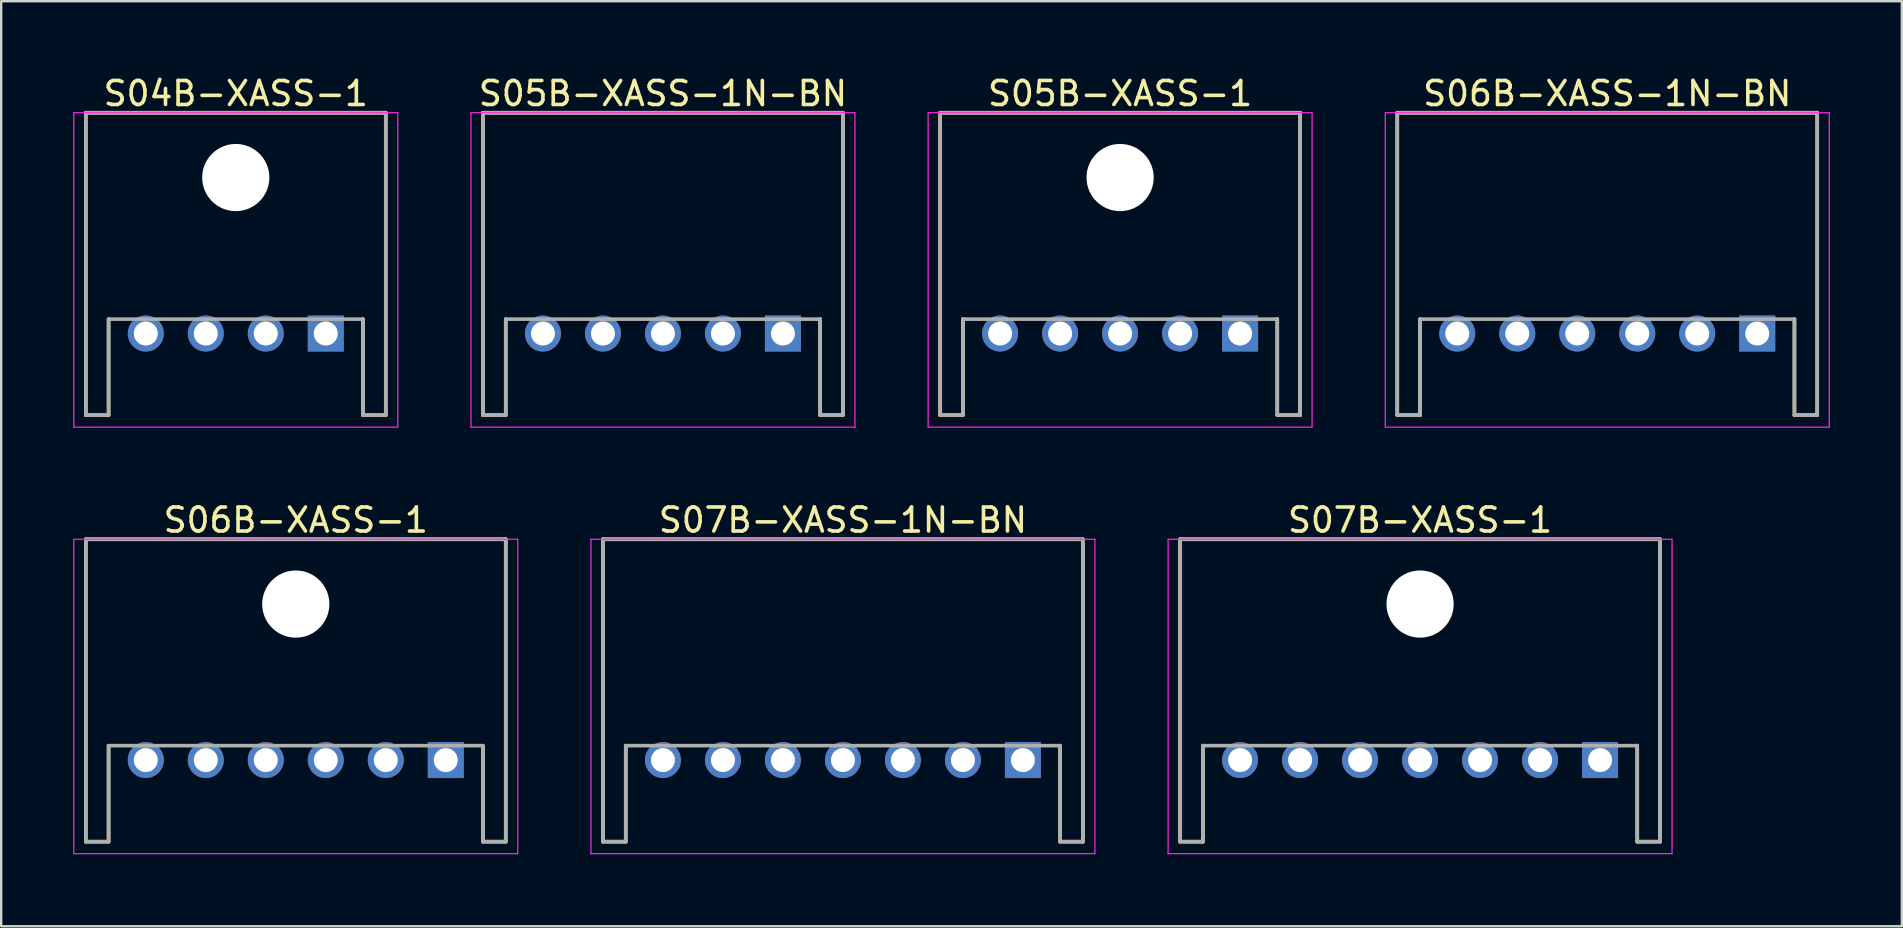
<source format=kicad_pcb>
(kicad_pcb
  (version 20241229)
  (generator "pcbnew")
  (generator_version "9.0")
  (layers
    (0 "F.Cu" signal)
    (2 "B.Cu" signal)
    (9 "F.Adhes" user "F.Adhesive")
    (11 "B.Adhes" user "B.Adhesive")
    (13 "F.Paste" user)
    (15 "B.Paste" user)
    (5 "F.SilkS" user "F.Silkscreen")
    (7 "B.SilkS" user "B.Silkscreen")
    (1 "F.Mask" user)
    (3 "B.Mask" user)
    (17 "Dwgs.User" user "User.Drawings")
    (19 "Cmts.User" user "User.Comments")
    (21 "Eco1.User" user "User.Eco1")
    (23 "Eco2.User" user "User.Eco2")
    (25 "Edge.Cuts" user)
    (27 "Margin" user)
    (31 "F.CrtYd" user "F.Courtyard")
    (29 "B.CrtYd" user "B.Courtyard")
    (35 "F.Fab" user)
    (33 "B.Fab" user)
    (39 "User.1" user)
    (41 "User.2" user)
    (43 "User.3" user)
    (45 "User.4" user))
  (footprint "S07B-XASS-1"
    (layer "F.Cu")
    (at 56.125 28.622)
    (property "Reference" "S07B-XASS-1" (at 0 -10 0) (layer "F.SilkS") (effects (font (size 1 1) (thickness 0.15))))
    (attr smd)
    (fp_line (start -10 -9.2) (end -10 3.4) (stroke (width 0.15) (type solid)) (layer "F.SilkS"))
    (fp_line (start -10 -9.2) (end 10 -9.2) (stroke (width 0.15) (type solid)) (layer "F.SilkS"))
    (fp_line (start -10 3.4) (end -9.05 3.4) (stroke (width 0.15) (type solid)) (layer "F.SilkS"))
    (fp_line (start -9.05 -0.6) (end -9.05 3.4) (stroke (width 0.15) (type solid)) (layer "F.SilkS"))
    (fp_line (start 9.05 -0.6) (end 9.05 3.4) (stroke (width 0.15) (type solid)) (layer "F.SilkS"))
    (fp_line (start 9.05 3.4) (end 10 3.4) (stroke (width 0.15) (type solid)) (layer "F.SilkS"))
    (fp_line (start 10 -9.2) (end 10 3.4) (stroke (width 0.15) (type solid)) (layer "F.SilkS"))
    (fp_line (start -10.5 -9.2) (end -10.5 3.9) (stroke (width 0.05) (type solid)) (layer "F.CrtYd"))
    (fp_line (start -10.5 -9.2) (end 10.5 -9.2) (stroke (width 0.05) (type solid)) (layer "F.CrtYd"))
    (fp_line (start -10.5 3.9) (end 10.5 3.9) (stroke (width 0.05) (type solid)) (layer "F.CrtYd"))
    (fp_line (start 10.5 -9.2) (end 10.5 3.9) (stroke (width 0.05) (type solid)) (layer "F.CrtYd"))
    (fp_line (start -10 -9.2) (end -10 3.4) (stroke (width 0.15) (type solid)) (layer "F.Fab"))
    (fp_line (start -10 -9.2) (end 10 -9.2) (stroke (width 0.15) (type solid)) (layer "F.Fab"))
    (fp_line (start -10 3.4) (end -9.05 3.4) (stroke (width 0.15) (type solid)) (layer "F.Fab"))
    (fp_line (start -9.05 -0.6) (end -9.05 3.4) (stroke (width 0.15) (type solid)) (layer "F.Fab"))
    (fp_line (start -9.05 -0.6) (end 9.05 -0.6) (stroke (width 0.15) (type solid)) (layer "F.Fab"))
    (fp_line (start 9.05 -0.6) (end 9.05 3.4) (stroke (width 0.15) (type solid)) (layer "F.Fab"))
    (fp_line (start 9.05 3.4) (end 10 3.4) (stroke (width 0.15) (type solid)) (layer "F.Fab"))
    (fp_line (start 10 -9.2) (end 10 3.4) (stroke (width 0.15) (type solid)) (layer "F.Fab"))
    (pad "" np_thru_hole circle (at 0 -6.5) (size 2.8 2.8) (drill 2.8) (layers "*.Cu" "*.Mask"))
    (pad "1" thru_hole rect (at 7.5 0 180) (size 1.5 1.5) (drill 1) (layers "*.Cu" "*.Mask"))
    (pad "2" thru_hole circle (at 5 0 180) (size 1.5 1.5) (drill 1) (layers "*.Cu" "*.Mask"))
    (pad "3" thru_hole circle (at 2.5 0 180) (size 1.5 1.5) (drill 1) (layers "*.Cu" "*.Mask"))
    (pad "4" thru_hole circle (at 0 0 180) (size 1.5 1.5) (drill 1) (layers "*.Cu" "*.Mask"))
    (pad "5" thru_hole circle (at -2.5 0 180) (size 1.5 1.5) (drill 1) (layers "*.Cu" "*.Mask"))
    (pad "6" thru_hole circle (at -5 0 180) (size 1.5 1.5) (drill 1) (layers "*.Cu" "*.Mask"))
    (pad "7" thru_hole circle (at -7.5 0 180) (size 1.5 1.5) (drill 1) (layers "*.Cu" "*.Mask")))
  (footprint "S07B-XASS-1N-BN"
    (layer "F.Cu")
    (at 32.075 28.622)
    (property "Reference" "S07B-XASS-1N-BN" (at 0 -10 0) (layer "F.SilkS") (effects (font (size 1 1) (thickness 0.15))))
    (attr smd)
    (fp_line (start -10 -9.2) (end -10 3.4) (stroke (width 0.15) (type solid)) (layer "F.SilkS"))
    (fp_line (start -10 -9.2) (end 10 -9.2) (stroke (width 0.15) (type solid)) (layer "F.SilkS"))
    (fp_line (start -10 3.4) (end -9.05 3.4) (stroke (width 0.15) (type solid)) (layer "F.SilkS"))
    (fp_line (start -9.05 -0.6) (end -9.05 3.4) (stroke (width 0.15) (type solid)) (layer "F.SilkS"))
    (fp_line (start 9.05 -0.6) (end 9.05 3.4) (stroke (width 0.15) (type solid)) (layer "F.SilkS"))
    (fp_line (start 9.05 3.4) (end 10 3.4) (stroke (width 0.15) (type solid)) (layer "F.SilkS"))
    (fp_line (start 10 -9.2) (end 10 3.4) (stroke (width 0.15) (type solid)) (layer "F.SilkS"))
    (fp_line (start -10.5 -9.2) (end -10.5 3.9) (stroke (width 0.05) (type solid)) (layer "F.CrtYd"))
    (fp_line (start -10.5 -9.2) (end 10.5 -9.2) (stroke (width 0.05) (type solid)) (layer "F.CrtYd"))
    (fp_line (start -10.5 3.9) (end 10.5 3.9) (stroke (width 0.05) (type solid)) (layer "F.CrtYd"))
    (fp_line (start 10.5 -9.2) (end 10.5 3.9) (stroke (width 0.05) (type solid)) (layer "F.CrtYd"))
    (fp_line (start -10 -9.2) (end -10 3.4) (stroke (width 0.15) (type solid)) (layer "F.Fab"))
    (fp_line (start -10 -9.2) (end 10 -9.2) (stroke (width 0.15) (type solid)) (layer "F.Fab"))
    (fp_line (start -10 3.4) (end -9.05 3.4) (stroke (width 0.15) (type solid)) (layer "F.Fab"))
    (fp_line (start -9.05 -0.6) (end -9.05 3.4) (stroke (width 0.15) (type solid)) (layer "F.Fab"))
    (fp_line (start -9.05 -0.6) (end 9.05 -0.6) (stroke (width 0.15) (type solid)) (layer "F.Fab"))
    (fp_line (start 9.05 -0.6) (end 9.05 3.4) (stroke (width 0.15) (type solid)) (layer "F.Fab"))
    (fp_line (start 9.05 3.4) (end 10 3.4) (stroke (width 0.15) (type solid)) (layer "F.Fab"))
    (fp_line (start 10 -9.2) (end 10 3.4) (stroke (width 0.15) (type solid)) (layer "F.Fab"))
    (pad "1" thru_hole rect (at 7.5 0 180) (size 1.5 1.5) (drill 1) (layers "*.Cu" "*.Mask"))
    (pad "2" thru_hole circle (at 5 0 180) (size 1.5 1.5) (drill 1) (layers "*.Cu" "*.Mask"))
    (pad "3" thru_hole circle (at 2.5 0 180) (size 1.5 1.5) (drill 1) (layers "*.Cu" "*.Mask"))
    (pad "4" thru_hole circle (at 0 0 180) (size 1.5 1.5) (drill 1) (layers "*.Cu" "*.Mask"))
    (pad "5" thru_hole circle (at -2.5 0 180) (size 1.5 1.5) (drill 1) (layers "*.Cu" "*.Mask"))
    (pad "6" thru_hole circle (at -5 0 180) (size 1.5 1.5) (drill 1) (layers "*.Cu" "*.Mask"))
    (pad "7" thru_hole circle (at -7.5 0 180) (size 1.5 1.5) (drill 1) (layers "*.Cu" "*.Mask")))
  (footprint "S06B-XASS-1"
    (layer "F.Cu")
    (at 9.275 28.622)
    (property "Reference" "S06B-XASS-1" (at 0 -10 0) (layer "F.SilkS") (effects (font (size 1 1) (thickness 0.15))))
    (attr smd)
    (fp_line (start -8.75 -9.2) (end -8.75 3.4) (stroke (width 0.15) (type solid)) (layer "F.SilkS"))
    (fp_line (start -8.75 -9.2) (end 8.75 -9.2) (stroke (width 0.15) (type solid)) (layer "F.SilkS"))
    (fp_line (start -8.75 3.4) (end -7.8 3.4) (stroke (width 0.15) (type solid)) (layer "F.SilkS"))
    (fp_line (start -7.8 -0.6) (end -7.8 3.4) (stroke (width 0.15) (type solid)) (layer "F.SilkS"))
    (fp_line (start 7.8 -0.6) (end 7.8 3.4) (stroke (width 0.15) (type solid)) (layer "F.SilkS"))
    (fp_line (start 7.8 3.4) (end 8.75 3.4) (stroke (width 0.15) (type solid)) (layer "F.SilkS"))
    (fp_line (start 8.75 -9.2) (end 8.75 3.4) (stroke (width 0.15) (type solid)) (layer "F.SilkS"))
    (fp_line (start -9.25 -9.2) (end -9.25 3.9) (stroke (width 0.05) (type solid)) (layer "F.CrtYd"))
    (fp_line (start -9.25 -9.2) (end 9.25 -9.2) (stroke (width 0.05) (type solid)) (layer "F.CrtYd"))
    (fp_line (start -9.25 3.9) (end 9.25 3.9) (stroke (width 0.05) (type solid)) (layer "F.CrtYd"))
    (fp_line (start 9.25 -9.2) (end 9.25 3.9) (stroke (width 0.05) (type solid)) (layer "F.CrtYd"))
    (fp_line (start -8.75 -9.2) (end -8.75 3.4) (stroke (width 0.15) (type solid)) (layer "F.Fab"))
    (fp_line (start -8.75 -9.2) (end 8.75 -9.2) (stroke (width 0.15) (type solid)) (layer "F.Fab"))
    (fp_line (start -8.75 3.4) (end -7.8 3.4) (stroke (width 0.15) (type solid)) (layer "F.Fab"))
    (fp_line (start -7.8 -0.6) (end -7.8 3.4) (stroke (width 0.15) (type solid)) (layer "F.Fab"))
    (fp_line (start -7.8 -0.6) (end 7.8 -0.6) (stroke (width 0.15) (type solid)) (layer "F.Fab"))
    (fp_line (start 7.8 -0.6) (end 7.8 3.4) (stroke (width 0.15) (type solid)) (layer "F.Fab"))
    (fp_line (start 7.8 3.4) (end 8.75 3.4) (stroke (width 0.15) (type solid)) (layer "F.Fab"))
    (fp_line (start 8.75 -9.2) (end 8.75 3.4) (stroke (width 0.15) (type solid)) (layer "F.Fab"))
    (pad "" np_thru_hole circle (at 0 -6.5) (size 2.8 2.8) (drill 2.8) (layers "*.Cu" "*.Mask"))
    (pad "1" thru_hole rect (at 6.25 0 180) (size 1.5 1.5) (drill 1) (layers "*.Cu" "*.Mask"))
    (pad "2" thru_hole circle (at 3.75 0 180) (size 1.5 1.5) (drill 1) (layers "*.Cu" "*.Mask"))
    (pad "3" thru_hole circle (at 1.25 0 180) (size 1.5 1.5) (drill 1) (layers "*.Cu" "*.Mask"))
    (pad "4" thru_hole circle (at -1.25 0 180) (size 1.5 1.5) (drill 1) (layers "*.Cu" "*.Mask"))
    (pad "5" thru_hole circle (at -3.75 0 180) (size 1.5 1.5) (drill 1) (layers "*.Cu" "*.Mask"))
    (pad "6" thru_hole circle (at -6.25 0 180) (size 1.5 1.5) (drill 1) (layers "*.Cu" "*.Mask")))
  (footprint "S06B-XASS-1N-BN"
    (layer "F.Cu")
    (at 63.925 10.848)
    (property "Reference" "S06B-XASS-1N-BN" (at 0 -10 0) (layer "F.SilkS") (effects (font (size 1 1) (thickness 0.15))))
    (attr smd)
    (fp_line (start -8.75 -9.2) (end -8.75 3.4) (stroke (width 0.15) (type solid)) (layer "F.SilkS"))
    (fp_line (start -8.75 -9.2) (end 8.75 -9.2) (stroke (width 0.15) (type solid)) (layer "F.SilkS"))
    (fp_line (start -8.75 3.4) (end -7.8 3.4) (stroke (width 0.15) (type solid)) (layer "F.SilkS"))
    (fp_line (start -7.8 -0.6) (end -7.8 3.4) (stroke (width 0.15) (type solid)) (layer "F.SilkS"))
    (fp_line (start 7.8 -0.6) (end 7.8 3.4) (stroke (width 0.15) (type solid)) (layer "F.SilkS"))
    (fp_line (start 7.8 3.4) (end 8.75 3.4) (stroke (width 0.15) (type solid)) (layer "F.SilkS"))
    (fp_line (start 8.75 -9.2) (end 8.75 3.4) (stroke (width 0.15) (type solid)) (layer "F.SilkS"))
    (fp_line (start -9.25 -9.2) (end -9.25 3.9) (stroke (width 0.05) (type solid)) (layer "F.CrtYd"))
    (fp_line (start -9.25 -9.2) (end 9.25 -9.2) (stroke (width 0.05) (type solid)) (layer "F.CrtYd"))
    (fp_line (start -9.25 3.9) (end 9.25 3.9) (stroke (width 0.05) (type solid)) (layer "F.CrtYd"))
    (fp_line (start 9.25 -9.2) (end 9.25 3.9) (stroke (width 0.05) (type solid)) (layer "F.CrtYd"))
    (fp_line (start -8.75 -9.2) (end -8.75 3.4) (stroke (width 0.15) (type solid)) (layer "F.Fab"))
    (fp_line (start -8.75 -9.2) (end 8.75 -9.2) (stroke (width 0.15) (type solid)) (layer "F.Fab"))
    (fp_line (start -8.75 3.4) (end -7.8 3.4) (stroke (width 0.15) (type solid)) (layer "F.Fab"))
    (fp_line (start -7.8 -0.6) (end -7.8 3.4) (stroke (width 0.15) (type solid)) (layer "F.Fab"))
    (fp_line (start -7.8 -0.6) (end 7.8 -0.6) (stroke (width 0.15) (type solid)) (layer "F.Fab"))
    (fp_line (start 7.8 -0.6) (end 7.8 3.4) (stroke (width 0.15) (type solid)) (layer "F.Fab"))
    (fp_line (start 7.8 3.4) (end 8.75 3.4) (stroke (width 0.15) (type solid)) (layer "F.Fab"))
    (fp_line (start 8.75 -9.2) (end 8.75 3.4) (stroke (width 0.15) (type solid)) (layer "F.Fab"))
    (pad "1" thru_hole rect (at 6.25 0 180) (size 1.5 1.5) (drill 1) (layers "*.Cu" "*.Mask"))
    (pad "2" thru_hole circle (at 3.75 0 180) (size 1.5 1.5) (drill 1) (layers "*.Cu" "*.Mask"))
    (pad "3" thru_hole circle (at 1.25 0 180) (size 1.5 1.5) (drill 1) (layers "*.Cu" "*.Mask"))
    (pad "4" thru_hole circle (at -1.25 0 180) (size 1.5 1.5) (drill 1) (layers "*.Cu" "*.Mask"))
    (pad "5" thru_hole circle (at -3.75 0 180) (size 1.5 1.5) (drill 1) (layers "*.Cu" "*.Mask"))
    (pad "6" thru_hole circle (at -6.25 0 180) (size 1.5 1.5) (drill 1) (layers "*.Cu" "*.Mask")))
  (footprint "S04B-XASS-1"
    (layer "F.Cu")
    (at 6.775 10.848)
    (property "Reference" "S04B-XASS-1" (at 0 -10 0) (layer "F.SilkS") (effects (font (size 1 1) (thickness 0.15))))
    (attr smd)
    (fp_line (start -6.25 -9.2) (end -6.25 3.4) (stroke (width 0.15) (type solid)) (layer "F.SilkS"))
    (fp_line (start -6.25 -9.2) (end 6.25 -9.2) (stroke (width 0.15) (type solid)) (layer "F.SilkS"))
    (fp_line (start -6.25 3.4) (end -5.3 3.4) (stroke (width 0.15) (type solid)) (layer "F.SilkS"))
    (fp_line (start -5.3 -0.6) (end -5.3 3.4) (stroke (width 0.15) (type solid)) (layer "F.SilkS"))
    (fp_line (start 5.3 -0.6) (end 5.3 3.4) (stroke (width 0.15) (type solid)) (layer "F.SilkS"))
    (fp_line (start 5.3 3.4) (end 6.25 3.4) (stroke (width 0.15) (type solid)) (layer "F.SilkS"))
    (fp_line (start 6.25 -9.2) (end 6.25 3.4) (stroke (width 0.15) (type solid)) (layer "F.SilkS"))
    (fp_line (start -6.75 -9.2) (end -6.75 3.9) (stroke (width 0.05) (type solid)) (layer "F.CrtYd"))
    (fp_line (start -6.75 -9.2) (end 6.75 -9.2) (stroke (width 0.05) (type solid)) (layer "F.CrtYd"))
    (fp_line (start -6.75 3.9) (end 6.75 3.9) (stroke (width 0.05) (type solid)) (layer "F.CrtYd"))
    (fp_line (start 6.75 -9.2) (end 6.75 3.9) (stroke (width 0.05) (type solid)) (layer "F.CrtYd"))
    (fp_line (start -6.25 -9.2) (end -6.25 3.4) (stroke (width 0.15) (type solid)) (layer "F.Fab"))
    (fp_line (start -6.25 -9.2) (end 6.25 -9.2) (stroke (width 0.15) (type solid)) (layer "F.Fab"))
    (fp_line (start -6.25 3.4) (end -5.3 3.4) (stroke (width 0.15) (type solid)) (layer "F.Fab"))
    (fp_line (start -5.3 -0.6) (end -5.3 3.4) (stroke (width 0.15) (type solid)) (layer "F.Fab"))
    (fp_line (start -5.3 -0.6) (end 5.3 -0.6) (stroke (width 0.15) (type solid)) (layer "F.Fab"))
    (fp_line (start 5.3 -0.6) (end 5.3 3.4) (stroke (width 0.15) (type solid)) (layer "F.Fab"))
    (fp_line (start 5.3 3.4) (end 6.25 3.4) (stroke (width 0.15) (type solid)) (layer "F.Fab"))
    (fp_line (start 6.25 -9.2) (end 6.25 3.4) (stroke (width 0.15) (type solid)) (layer "F.Fab"))
    (pad "" np_thru_hole circle (at 0 -6.5) (size 2.8 2.8) (drill 2.8) (layers "*.Cu" "*.Mask"))
    (pad "1" thru_hole rect (at 3.75 0 180) (size 1.5 1.5) (drill 1) (layers "*.Cu" "*.Mask"))
    (pad "2" thru_hole circle (at 1.25 0 180) (size 1.5 1.5) (drill 1) (layers "*.Cu" "*.Mask"))
    (pad "3" thru_hole circle (at -1.25 0 180) (size 1.5 1.5) (drill 1) (layers "*.Cu" "*.Mask"))
    (pad "4" thru_hole circle (at -3.75 0 180) (size 1.5 1.5) (drill 1) (layers "*.Cu" "*.Mask")))
  (footprint "S05B-XASS-1"
    (layer "F.Cu")
    (at 43.625 10.848)
    (property "Reference" "S05B-XASS-1" (at 0 -10 0) (layer "F.SilkS") (effects (font (size 1 1) (thickness 0.15))))
    (attr smd)
    (fp_line (start -7.5 -9.2) (end -7.5 3.4) (stroke (width 0.15) (type solid)) (layer "F.SilkS"))
    (fp_line (start -7.5 -9.2) (end 7.5 -9.2) (stroke (width 0.15) (type solid)) (layer "F.SilkS"))
    (fp_line (start -7.5 3.4) (end -6.55 3.4) (stroke (width 0.15) (type solid)) (layer "F.SilkS"))
    (fp_line (start -6.55 -0.6) (end -6.55 3.4) (stroke (width 0.15) (type solid)) (layer "F.SilkS"))
    (fp_line (start 6.55 -0.6) (end 6.55 3.4) (stroke (width 0.15) (type solid)) (layer "F.SilkS"))
    (fp_line (start 6.55 3.4) (end 7.5 3.4) (stroke (width 0.15) (type solid)) (layer "F.SilkS"))
    (fp_line (start 7.5 -9.2) (end 7.5 3.4) (stroke (width 0.15) (type solid)) (layer "F.SilkS"))
    (fp_line (start -8 -9.2) (end -8 3.9) (stroke (width 0.05) (type solid)) (layer "F.CrtYd"))
    (fp_line (start -8 -9.2) (end 8 -9.2) (stroke (width 0.05) (type solid)) (layer "F.CrtYd"))
    (fp_line (start -8 3.9) (end 8 3.9) (stroke (width 0.05) (type solid)) (layer "F.CrtYd"))
    (fp_line (start 8 -9.2) (end 8 3.9) (stroke (width 0.05) (type solid)) (layer "F.CrtYd"))
    (fp_line (start -7.5 -9.2) (end -7.5 3.4) (stroke (width 0.15) (type solid)) (layer "F.Fab"))
    (fp_line (start -7.5 -9.2) (end 7.5 -9.2) (stroke (width 0.15) (type solid)) (layer "F.Fab"))
    (fp_line (start -7.5 3.4) (end -6.55 3.4) (stroke (width 0.15) (type solid)) (layer "F.Fab"))
    (fp_line (start -6.55 -0.6) (end -6.55 3.4) (stroke (width 0.15) (type solid)) (layer "F.Fab"))
    (fp_line (start -6.55 -0.6) (end 6.55 -0.6) (stroke (width 0.15) (type solid)) (layer "F.Fab"))
    (fp_line (start 6.55 -0.6) (end 6.55 3.4) (stroke (width 0.15) (type solid)) (layer "F.Fab"))
    (fp_line (start 6.55 3.4) (end 7.5 3.4) (stroke (width 0.15) (type solid)) (layer "F.Fab"))
    (fp_line (start 7.5 -9.2) (end 7.5 3.4) (stroke (width 0.15) (type solid)) (layer "F.Fab"))
    (pad "" np_thru_hole circle (at 0 -6.5) (size 2.8 2.8) (drill 2.8) (layers "*.Cu" "*.Mask"))
    (pad "1" thru_hole rect (at 5 0 180) (size 1.5 1.5) (drill 1) (layers "*.Cu" "*.Mask"))
    (pad "2" thru_hole circle (at 2.5 0 180) (size 1.5 1.5) (drill 1) (layers "*.Cu" "*.Mask"))
    (pad "3" thru_hole circle (at 0 0 180) (size 1.5 1.5) (drill 1) (layers "*.Cu" "*.Mask"))
    (pad "4" thru_hole circle (at -2.5 0 180) (size 1.5 1.5) (drill 1) (layers "*.Cu" "*.Mask"))
    (pad "5" thru_hole circle (at -5 0 180) (size 1.5 1.5) (drill 1) (layers "*.Cu" "*.Mask")))
  (footprint "S05B-XASS-1N-BN"
    (layer "F.Cu")
    (at 24.575 10.848)
    (property "Reference" "S05B-XASS-1N-BN" (at 0 -10 0) (layer "F.SilkS") (effects (font (size 1 1) (thickness 0.15))))
    (attr smd)
    (fp_line (start -7.5 -9.2) (end -7.5 3.4) (stroke (width 0.15) (type solid)) (layer "F.SilkS"))
    (fp_line (start -7.5 -9.2) (end 7.5 -9.2) (stroke (width 0.15) (type solid)) (layer "F.SilkS"))
    (fp_line (start -7.5 3.4) (end -6.55 3.4) (stroke (width 0.15) (type solid)) (layer "F.SilkS"))
    (fp_line (start -6.55 -0.6) (end -6.55 3.4) (stroke (width 0.15) (type solid)) (layer "F.SilkS"))
    (fp_line (start 6.55 -0.6) (end 6.55 3.4) (stroke (width 0.15) (type solid)) (layer "F.SilkS"))
    (fp_line (start 6.55 3.4) (end 7.5 3.4) (stroke (width 0.15) (type solid)) (layer "F.SilkS"))
    (fp_line (start 7.5 -9.2) (end 7.5 3.4) (stroke (width 0.15) (type solid)) (layer "F.SilkS"))
    (fp_line (start -8 -9.2) (end -8 3.9) (stroke (width 0.05) (type solid)) (layer "F.CrtYd"))
    (fp_line (start -8 -9.2) (end 8 -9.2) (stroke (width 0.05) (type solid)) (layer "F.CrtYd"))
    (fp_line (start -8 3.9) (end 8 3.9) (stroke (width 0.05) (type solid)) (layer "F.CrtYd"))
    (fp_line (start 8 -9.2) (end 8 3.9) (stroke (width 0.05) (type solid)) (layer "F.CrtYd"))
    (fp_line (start -7.5 -9.2) (end -7.5 3.4) (stroke (width 0.15) (type solid)) (layer "F.Fab"))
    (fp_line (start -7.5 -9.2) (end 7.5 -9.2) (stroke (width 0.15) (type solid)) (layer "F.Fab"))
    (fp_line (start -7.5 3.4) (end -6.55 3.4) (stroke (width 0.15) (type solid)) (layer "F.Fab"))
    (fp_line (start -6.55 -0.6) (end -6.55 3.4) (stroke (width 0.15) (type solid)) (layer "F.Fab"))
    (fp_line (start -6.55 -0.6) (end 6.55 -0.6) (stroke (width 0.15) (type solid)) (layer "F.Fab"))
    (fp_line (start 6.55 -0.6) (end 6.55 3.4) (stroke (width 0.15) (type solid)) (layer "F.Fab"))
    (fp_line (start 6.55 3.4) (end 7.5 3.4) (stroke (width 0.15) (type solid)) (layer "F.Fab"))
    (fp_line (start 7.5 -9.2) (end 7.5 3.4) (stroke (width 0.15) (type solid)) (layer "F.Fab"))
    (pad "1" thru_hole rect (at 5 0 180) (size 1.5 1.5) (drill 1) (layers "*.Cu" "*.Mask"))
    (pad "2" thru_hole circle (at 2.5 0 180) (size 1.5 1.5) (drill 1) (layers "*.Cu" "*.Mask"))
    (pad "3" thru_hole circle (at 0 0 180) (size 1.5 1.5) (drill 1) (layers "*.Cu" "*.Mask"))
    (pad "4" thru_hole circle (at -2.5 0 180) (size 1.5 1.5) (drill 1) (layers "*.Cu" "*.Mask"))
    (pad "5" thru_hole circle (at -5 0 180) (size 1.5 1.5) (drill 1) (layers "*.Cu" "*.Mask")))
  (gr_rect
    (start -3 -3)
    (end 76.2 35.547)
    (stroke (width 0.1) (type default))
    (fill no)
    (layer "Edge.Cuts")))
</source>
